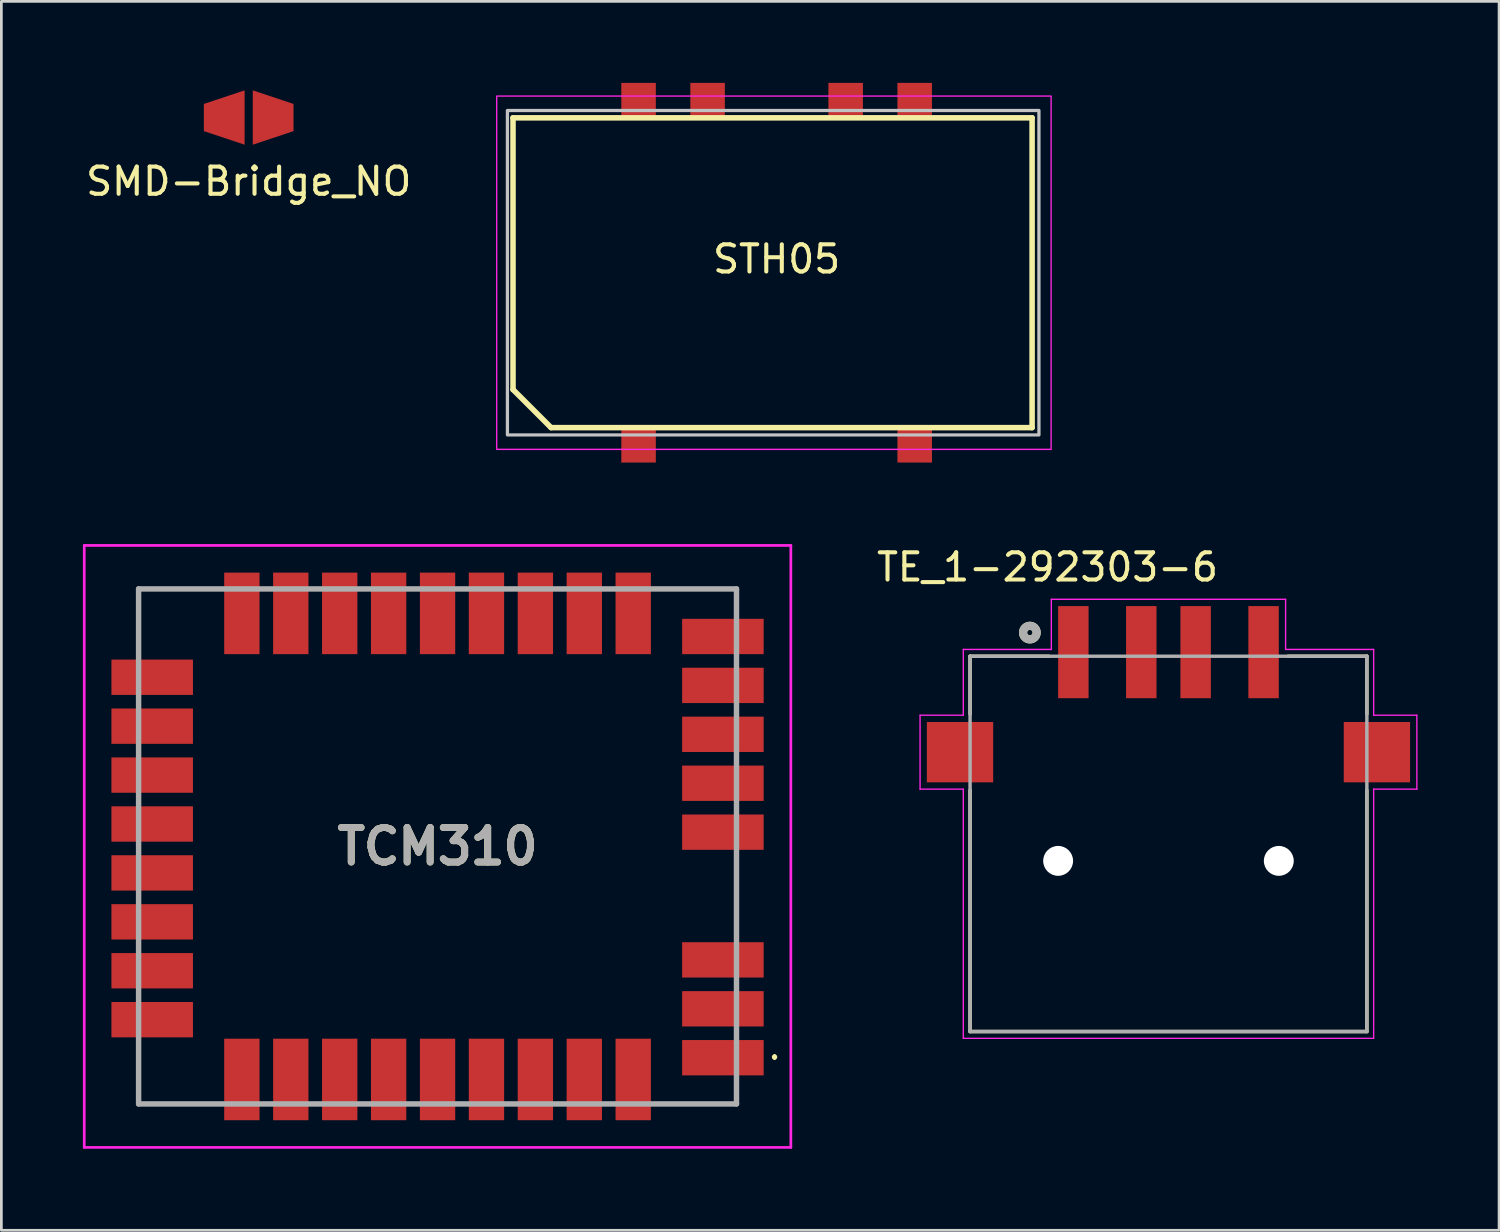
<source format=kicad_pcb>
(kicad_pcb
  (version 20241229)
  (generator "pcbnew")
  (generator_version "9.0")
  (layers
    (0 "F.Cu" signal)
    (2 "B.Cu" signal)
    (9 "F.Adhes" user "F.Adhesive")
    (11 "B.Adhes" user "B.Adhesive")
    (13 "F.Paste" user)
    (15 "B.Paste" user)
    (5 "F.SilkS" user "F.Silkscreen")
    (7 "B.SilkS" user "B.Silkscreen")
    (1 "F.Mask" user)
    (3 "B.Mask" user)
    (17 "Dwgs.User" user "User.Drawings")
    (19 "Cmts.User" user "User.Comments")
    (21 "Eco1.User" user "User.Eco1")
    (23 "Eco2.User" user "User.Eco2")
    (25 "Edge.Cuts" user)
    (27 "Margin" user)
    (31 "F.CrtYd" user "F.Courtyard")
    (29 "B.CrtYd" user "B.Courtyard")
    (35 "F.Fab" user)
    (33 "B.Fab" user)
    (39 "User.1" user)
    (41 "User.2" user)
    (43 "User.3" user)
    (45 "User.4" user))
  (footprint "STH05"
    (layer "F.Cu")
    (at 25.527 6.985)
    (property "Reference" "STH05" (at 0 -0.5 0) (unlocked yes) (layer "F.SilkS") (effects (font (size 1 1) (thickness 0.15))))
    (attr smd)
    (fp_line (start -9.7 -5.7) (end -9.7 4.3) (stroke (width 0.203) (type default)) (layer "F.SilkS"))
    (fp_line (start -9.7 4.3) (end -8.3 5.7) (stroke (width 0.203) (type default)) (layer "F.SilkS"))
    (fp_line (start -8.3 5.7) (end 9.4 5.7) (stroke (width 0.203) (type default)) (layer "F.SilkS"))
    (fp_line (start 9.4 -5.7) (end -9.7 -5.7) (stroke (width 0.203) (type default)) (layer "F.SilkS"))
    (fp_line (start 9.4 5.7) (end 9.4 -5.7) (stroke (width 0.203) (type default)) (layer "F.SilkS"))
    (fp_rect (start -9.906 -5.969) (end 9.652 5.969) (stroke (width 0.12) (type default)) (fill no) (layer "Dwgs.User"))
    (fp_rect (start -10.3 -6.5) (end 10.1 6.5) (stroke (width 0.05) (type default)) (fill no) (layer "F.CrtYd"))
    (pad "1" smd rect (at -5.08 6.35) (size 1.27 1.27) (layers "F.Cu" "F.Mask" "F.Paste"))
    (pad "5" smd rect (at 5.08 6.35) (size 1.27 1.27) (layers "F.Cu" "F.Mask" "F.Paste"))
    (pad "6" smd rect (at 5.08 -6.35) (size 1.27 1.27) (layers "F.Cu" "F.Mask" "F.Paste"))
    (pad "7" smd rect (at 2.54 -6.35) (size 1.27 1.27) (layers "F.Cu" "F.Mask" "F.Paste"))
    (pad "9" smd rect (at -2.54 -6.35) (size 1.27 1.27) (layers "F.Cu" "F.Mask" "F.Paste"))
    (pad "10" smd rect (at -5.08 -6.35) (size 1.27 1.27) (layers "F.Cu" "F.Mask" "F.Paste")))
  (footprint "TE_1-292303-6"
    (layer "F.Cu")
    (at 39.945 28.627)
    (property "Reference" "TE_1-292303-6" (at -4.451 -10.808 0) (layer "F.SilkS") (effects (font (size 1.001 1.001) (thickness 0.15))))
    (attr smd)
    (fp_line (start -7.3 -7.53) (end -4.4 -7.53) (stroke (width 0.127) (type solid)) (layer "F.SilkS"))
    (fp_line (start -7.3 -5.4) (end -7.3 -7.53) (stroke (width 0.127) (type solid)) (layer "F.SilkS"))
    (fp_line (start -7.3 -2.6) (end -7.3 6.28) (stroke (width 0.127) (type solid)) (layer "F.SilkS"))
    (fp_line (start -7.3 6.28) (end 7.3 6.28) (stroke (width 0.127) (type solid)) (layer "F.SilkS"))
    (fp_line (start 4.4 -7.53) (end 7.3 -7.53) (stroke (width 0.127) (type solid)) (layer "F.SilkS"))
    (fp_line (start 7.3 -5.4) (end 7.3 -7.53) (stroke (width 0.127) (type solid)) (layer "F.SilkS"))
    (fp_line (start 7.3 6.28) (end 7.3 -2.6) (stroke (width 0.127) (type solid)) (layer "F.SilkS"))
    (fp_circle (center -5.1 -8.4) (end -5 -8.4) (stroke (width 0.3) (type solid)) (fill no) (layer "F.SilkS"))
    (fp_line (start -9.14 -5.36) (end -7.55 -5.36) (stroke (width 0.05) (type solid)) (layer "F.CrtYd"))
    (fp_line (start -9.14 -2.64) (end -9.14 -5.36) (stroke (width 0.05) (type solid)) (layer "F.CrtYd"))
    (fp_line (start -7.55 -7.78) (end -4.31 -7.78) (stroke (width 0.05) (type solid)) (layer "F.CrtYd"))
    (fp_line (start -7.55 -5.36) (end -7.55 -7.78) (stroke (width 0.05) (type solid)) (layer "F.CrtYd"))
    (fp_line (start -7.55 -2.64) (end -9.14 -2.64) (stroke (width 0.05) (type solid)) (layer "F.CrtYd"))
    (fp_line (start -7.55 6.53) (end -7.55 -2.64) (stroke (width 0.05) (type solid)) (layer "F.CrtYd"))
    (fp_line (start -4.31 -9.625) (end 4.31 -9.625) (stroke (width 0.05) (type solid)) (layer "F.CrtYd"))
    (fp_line (start -4.31 -7.78) (end -4.31 -9.625) (stroke (width 0.05) (type solid)) (layer "F.CrtYd"))
    (fp_line (start 4.31 -9.625) (end 4.31 -7.78) (stroke (width 0.05) (type solid)) (layer "F.CrtYd"))
    (fp_line (start 4.31 -7.78) (end 7.55 -7.78) (stroke (width 0.05) (type solid)) (layer "F.CrtYd"))
    (fp_line (start 7.55 -7.78) (end 7.55 -5.36) (stroke (width 0.05) (type solid)) (layer "F.CrtYd"))
    (fp_line (start 7.55 -5.36) (end 9.14 -5.36) (stroke (width 0.05) (type solid)) (layer "F.CrtYd"))
    (fp_line (start 7.55 -2.64) (end 7.55 6.53) (stroke (width 0.05) (type solid)) (layer "F.CrtYd"))
    (fp_line (start 7.55 6.53) (end -7.55 6.53) (stroke (width 0.05) (type solid)) (layer "F.CrtYd"))
    (fp_line (start 9.14 -5.36) (end 9.14 -2.64) (stroke (width 0.05) (type solid)) (layer "F.CrtYd"))
    (fp_line (start 9.14 -2.64) (end 7.55 -2.64) (stroke (width 0.05) (type solid)) (layer "F.CrtYd"))
    (fp_line (start -7.3 -7.53) (end 7.3 -7.53) (stroke (width 0.127) (type solid)) (layer "F.Fab"))
    (fp_line (start -7.3 6.28) (end -7.3 -7.53) (stroke (width 0.127) (type solid)) (layer "F.Fab"))
    (fp_line (start 7.3 -7.53) (end 7.3 6.28) (stroke (width 0.127) (type solid)) (layer "F.Fab"))
    (fp_line (start 7.3 6.28) (end -7.3 6.28) (stroke (width 0.127) (type solid)) (layer "F.Fab"))
    (fp_circle (center -5.1 -8.4) (end -5 -8.4) (stroke (width 0.3) (type solid)) (fill no) (layer "F.Fab"))
    (pad "" np_thru_hole circle (at -4.06 0) (size 1.1 1.1) (drill 1.1) (layers "*.Cu" "*.Mask"))
    (pad "" np_thru_hole circle (at 4.06 0) (size 1.1 1.1) (drill 1.1) (layers "*.Cu" "*.Mask"))
    (pad "1" smd rect (at -3.5 -7.68) (size 1.12 3.39) (layers "F.Cu" "F.Mask" "F.Paste"))
    (pad "2" smd rect (at -1 -7.68) (size 1.12 3.39) (layers "F.Cu" "F.Mask" "F.Paste"))
    (pad "3" smd rect (at 1 -7.68) (size 1.12 3.39) (layers "F.Cu" "F.Mask" "F.Paste"))
    (pad "4" smd rect (at 3.5 -7.68) (size 1.12 3.39) (layers "F.Cu" "F.Mask" "F.Paste"))
    (pad "SH1" smd rect (at -7.67 -4) (size 2.44 2.22) (layers "F.Cu" "F.Mask" "F.Paste"))
    (pad "SH2" smd rect (at 7.67 -4) (size 2.44 2.22) (layers "F.Cu" "F.Mask" "F.Paste")))
  (footprint "SMD-Bridge_NO"
    (layer "F.Cu")
    (at 6.101 1.275)
    (property "Reference" "SMD-Bridge_NO" (at 0 2.35 0) (layer "F.SilkS") (effects (font (size 1 1) (thickness 0.15))))
    (attr through_hole)
    (fp_line (start -1.75 -0.6) (end 0 -1.2) (stroke (width 0.15) (type solid)) (layer "F.Mask"))
    (fp_line (start -1.75 0.6) (end -1.75 -0.6) (stroke (width 0.15) (type solid)) (layer "F.Mask"))
    (fp_line (start 0 -1.2) (end 1.75 -0.6) (stroke (width 0.15) (type solid)) (layer "F.Mask"))
    (fp_line (start 0 1.2) (end -1.75 0.6) (stroke (width 0.15) (type solid)) (layer "F.Mask"))
    (fp_line (start 1.75 -0.6) (end 1.75 0.6) (stroke (width 0.15) (type solid)) (layer "F.Mask"))
    (fp_line (start 1.75 0.6) (end 0 1.2) (stroke (width 0.15) (type solid)) (layer "F.Mask"))
    (pad "1" smd trapezoid (at -0.9 0 180) (size 1.5 1.5) (rect_delta 0.5 0) (layers "F.Cu" "F.Mask"))
    (pad "2" smd trapezoid (at 0.9 0) (size 1.5 1.5) (rect_delta 0.5 0) (layers "F.Cu" "F.Mask")))
  (footprint "TCM310"
    (layer "F.Cu")
    (at 13.05 28.095)
    (property "Reference" "TCM310" (at 0 0 0) (layer "F.SilkS") (effects (font (size 1.27 1.27) (thickness 0.254))))
    (attr smd)
    (fp_line (start -11 -9.475) (end -11 -7.5) (stroke (width 0.1) (type solid)) (layer "F.SilkS"))
    (fp_line (start -11 7.5) (end -11 9.475) (stroke (width 0.1) (type solid)) (layer "F.SilkS"))
    (fp_line (start -11 9.475) (end -8.5 9.475) (stroke (width 0.1) (type solid)) (layer "F.SilkS"))
    (fp_line (start -8.5 -9.475) (end -11 -9.475) (stroke (width 0.1) (type solid)) (layer "F.SilkS"))
    (fp_line (start 8.5 -9.475) (end 8.5 -9.475) (stroke (width 0.1) (type solid)) (layer "F.SilkS"))
    (fp_line (start 8.5 -9.475) (end 11 -9.475) (stroke (width 0.1) (type solid)) (layer "F.SilkS"))
    (fp_line (start 8.5 9.475) (end 11 9.475) (stroke (width 0.1) (type solid)) (layer "F.SilkS"))
    (fp_line (start 11 -9.475) (end 11 -9) (stroke (width 0.1) (type solid)) (layer "F.SilkS"))
    (fp_line (start 11 9.475) (end 11 9) (stroke (width 0.1) (type solid)) (layer "F.SilkS"))
    (fp_line (start 12.4 7.7) (end 12.4 7.7) (stroke (width 0.1) (type solid)) (layer "F.SilkS"))
    (fp_line (start 12.4 7.8) (end 12.4 7.8) (stroke (width 0.1) (type solid)) (layer "F.SilkS"))
    (fp_arc (start 12.4 7.7) (mid 12.45 7.75) (end 12.4 7.8) (stroke (width 0.1) (type solid)) (layer "F.SilkS"))
    (fp_arc (start 12.4 7.8) (mid 12.35 7.75) (end 12.4 7.7) (stroke (width 0.1) (type solid)) (layer "F.SilkS"))
    (fp_line (start -13 -11.075) (end 13 -11.075) (stroke (width 0.1) (type solid)) (layer "F.CrtYd"))
    (fp_line (start -13 11.075) (end -13 -11.075) (stroke (width 0.1) (type solid)) (layer "F.CrtYd"))
    (fp_line (start 13 -11.075) (end 13 11.075) (stroke (width 0.1) (type solid)) (layer "F.CrtYd"))
    (fp_line (start 13 11.075) (end -13 11.075) (stroke (width 0.1) (type solid)) (layer "F.CrtYd"))
    (fp_line (start -11 -9.475) (end 11 -9.475) (stroke (width 0.2) (type solid)) (layer "F.Fab"))
    (fp_line (start -11 9.475) (end -11 -9.475) (stroke (width 0.2) (type solid)) (layer "F.Fab"))
    (fp_line (start 11 -9.475) (end 11 9.475) (stroke (width 0.2) (type solid)) (layer "F.Fab"))
    (fp_line (start 11 9.475) (end -11 9.475) (stroke (width 0.2) (type solid)) (layer "F.Fab"))
    (fp_text user "${REFERENCE}" (at 0 0 0) (layer "F.Fab") (effects (font (size 1.27 1.27) (thickness 0.254))))
    (pad "1" smd rect (at 10.5 7.775 90) (size 1.3 3) (layers "F.Cu" "F.Mask" "F.Paste"))
    (pad "2" smd rect (at 10.5 5.975 90) (size 1.3 3) (layers "F.Cu" "F.Mask" "F.Paste"))
    (pad "3" smd rect (at 10.5 4.175 90) (size 1.3 3) (layers "F.Cu" "F.Mask" "F.Paste"))
    (pad "4" smd rect (at 10.5 -0.525 90) (size 1.3 3) (layers "F.Cu" "F.Mask" "F.Paste"))
    (pad "5" smd rect (at 10.5 -2.325 90) (size 1.3 3) (layers "F.Cu" "F.Mask" "F.Paste"))
    (pad "6" smd rect (at 10.5 -4.125 90) (size 1.3 3) (layers "F.Cu" "F.Mask" "F.Paste"))
    (pad "7" smd rect (at 10.5 -5.925 90) (size 1.3 3) (layers "F.Cu" "F.Mask" "F.Paste"))
    (pad "8" smd rect (at 10.5 -7.725 90) (size 1.3 3) (layers "F.Cu" "F.Mask" "F.Paste"))
    (pad "9" smd rect (at 7.2 -8.575) (size 1.3 3) (layers "F.Cu" "F.Mask" "F.Paste"))
    (pad "10" smd rect (at 5.4 -8.575) (size 1.3 3) (layers "F.Cu" "F.Mask" "F.Paste"))
    (pad "11" smd rect (at 3.6 -8.575) (size 1.3 3) (layers "F.Cu" "F.Mask" "F.Paste"))
    (pad "12" smd rect (at 1.8 -8.575) (size 1.3 3) (layers "F.Cu" "F.Mask" "F.Paste"))
    (pad "13" smd rect (at 0 -8.575) (size 1.3 3) (layers "F.Cu" "F.Mask" "F.Paste"))
    (pad "14" smd rect (at -1.8 -8.575) (size 1.3 3) (layers "F.Cu" "F.Mask" "F.Paste"))
    (pad "15" smd rect (at -3.6 -8.575) (size 1.3 3) (layers "F.Cu" "F.Mask" "F.Paste"))
    (pad "16" smd rect (at -5.4 -8.575) (size 1.3 3) (layers "F.Cu" "F.Mask" "F.Paste"))
    (pad "17" smd rect (at -7.2 -8.575) (size 1.3 3) (layers "F.Cu" "F.Mask" "F.Paste"))
    (pad "18" smd rect (at -10.5 -6.225 90) (size 1.3 3) (layers "F.Cu" "F.Mask" "F.Paste"))
    (pad "19" smd rect (at -10.5 -4.425 90) (size 1.3 3) (layers "F.Cu" "F.Mask" "F.Paste"))
    (pad "20" smd rect (at -10.5 -2.625 90) (size 1.3 3) (layers "F.Cu" "F.Mask" "F.Paste"))
    (pad "21" smd rect (at -10.5 -0.825 90) (size 1.3 3) (layers "F.Cu" "F.Mask" "F.Paste"))
    (pad "22" smd rect (at -10.5 0.975 90) (size 1.3 3) (layers "F.Cu" "F.Mask" "F.Paste"))
    (pad "23" smd rect (at -10.5 2.775 90) (size 1.3 3) (layers "F.Cu" "F.Mask" "F.Paste"))
    (pad "24" smd rect (at -10.5 4.575 90) (size 1.3 3) (layers "F.Cu" "F.Mask" "F.Paste"))
    (pad "25" smd rect (at -10.5 6.375 90) (size 1.3 3) (layers "F.Cu" "F.Mask" "F.Paste"))
    (pad "26" smd rect (at -7.2 8.575) (size 1.3 3) (layers "F.Cu" "F.Mask" "F.Paste"))
    (pad "27" smd rect (at -5.4 8.575) (size 1.3 3) (layers "F.Cu" "F.Mask" "F.Paste"))
    (pad "28" smd rect (at -3.6 8.575) (size 1.3 3) (layers "F.Cu" "F.Mask" "F.Paste"))
    (pad "29" smd rect (at -1.8 8.575) (size 1.3 3) (layers "F.Cu" "F.Mask" "F.Paste"))
    (pad "30" smd rect (at 0 8.575) (size 1.3 3) (layers "F.Cu" "F.Mask" "F.Paste"))
    (pad "31" smd rect (at 1.8 8.575) (size 1.3 3) (layers "F.Cu" "F.Mask" "F.Paste"))
    (pad "32" smd rect (at 3.6 8.575) (size 1.3 3) (layers "F.Cu" "F.Mask" "F.Paste"))
    (pad "33" smd rect (at 5.4 8.575) (size 1.3 3) (layers "F.Cu" "F.Mask" "F.Paste"))
    (pad "34" smd rect (at 7.2 8.575) (size 1.3 3) (layers "F.Cu" "F.Mask" "F.Paste")))
  (gr_rect
    (start -3 -3)
    (end 52.11 42.22)
    (stroke (width 0.1) (type default))
    (fill no)
    (layer "Edge.Cuts")))
</source>
